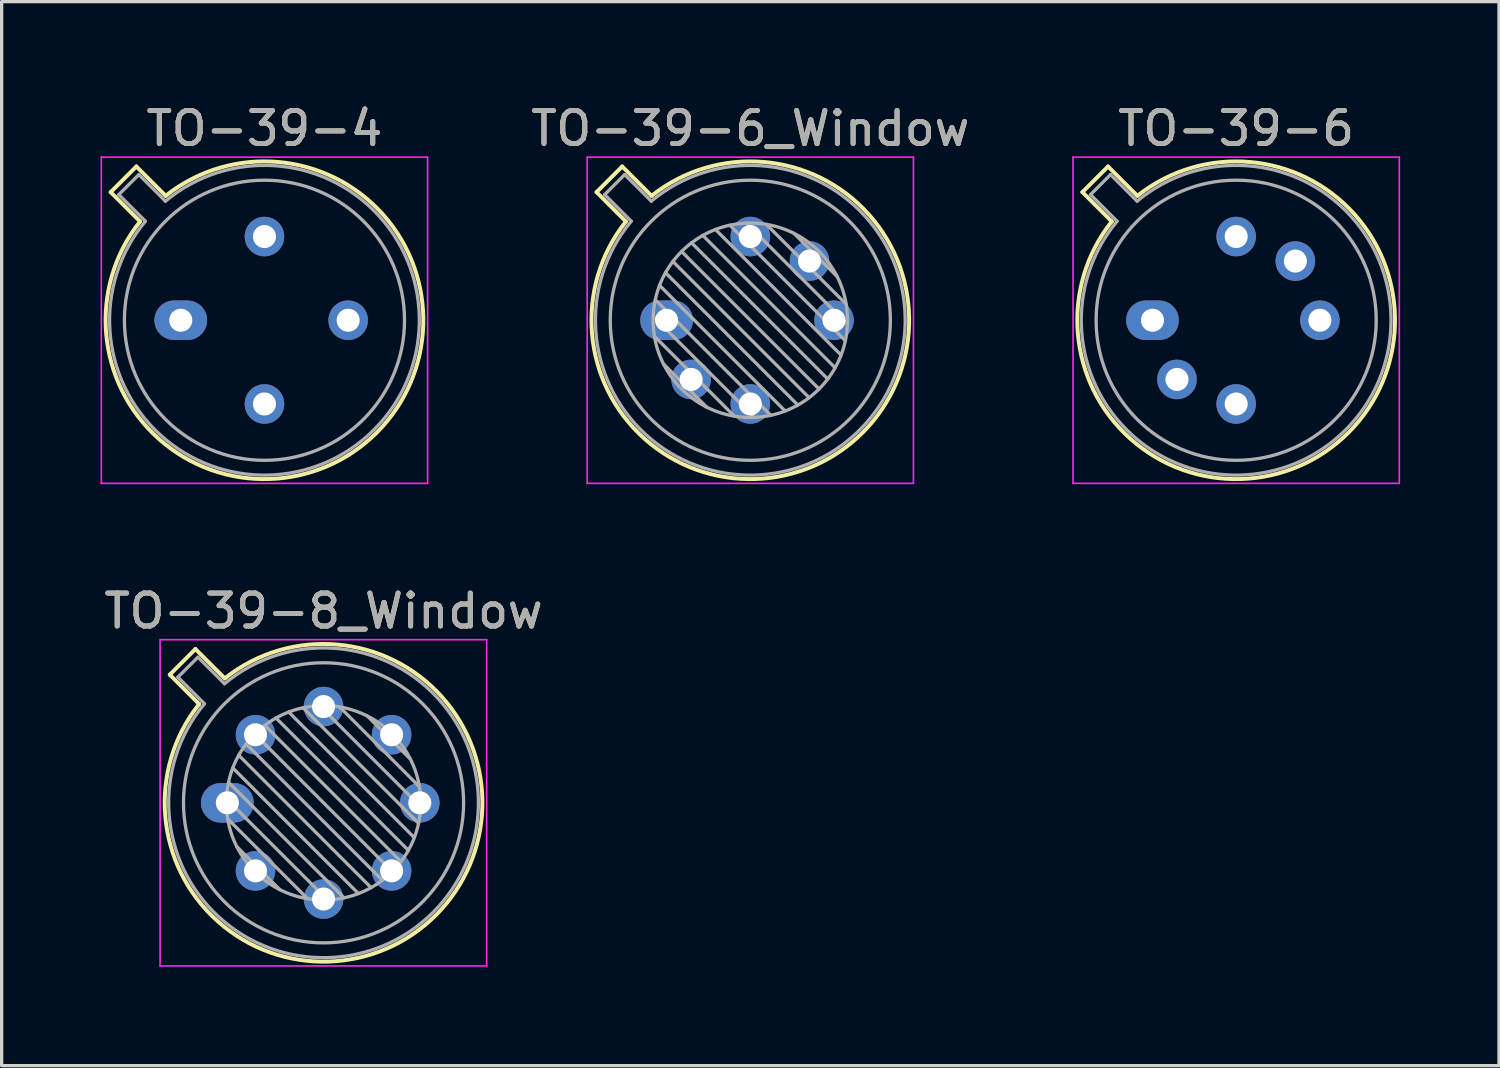
<source format=kicad_pcb>
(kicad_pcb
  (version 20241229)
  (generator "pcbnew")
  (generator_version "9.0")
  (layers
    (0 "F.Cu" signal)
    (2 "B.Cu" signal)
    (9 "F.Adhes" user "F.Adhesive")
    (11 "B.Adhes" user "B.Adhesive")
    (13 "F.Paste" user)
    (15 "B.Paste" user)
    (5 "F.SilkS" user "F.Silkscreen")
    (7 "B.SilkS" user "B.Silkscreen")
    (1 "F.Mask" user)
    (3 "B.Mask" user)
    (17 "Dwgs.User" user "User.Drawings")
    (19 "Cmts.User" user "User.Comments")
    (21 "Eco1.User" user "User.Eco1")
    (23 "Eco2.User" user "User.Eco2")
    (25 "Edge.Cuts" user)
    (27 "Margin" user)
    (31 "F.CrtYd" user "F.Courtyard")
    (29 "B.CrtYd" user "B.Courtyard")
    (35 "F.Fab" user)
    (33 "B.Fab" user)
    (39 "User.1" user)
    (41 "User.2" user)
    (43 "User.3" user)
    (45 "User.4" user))
  (footprint "TO-39-4"
    (layer "F.Cu")
    (at 2.435 6.668)
    (property "Reference" "TO-39-4" (at 2.54 -5.82 0) (layer "F.SilkS") (effects (font (size 1 1) (thickness 0.15))))
    (attr through_hole)
    (fp_line (start -2.126 -3.888) (end -1.235 -2.997) (stroke (width 0.12) (type solid)) (layer "F.SilkS"))
    (fp_line (start -1.348 -4.666) (end -2.126 -3.888) (stroke (width 0.12) (type solid)) (layer "F.SilkS"))
    (fp_line (start -0.457 -3.775) (end -1.348 -4.666) (stroke (width 0.12) (type solid)) (layer "F.SilkS"))
    (fp_arc (start -0.457084 -3.774902) (mid 5.948125 3.408384) (end -1.234674 -2.997371) (stroke (width 0.12) (type solid)) (layer "F.SilkS"))
    (fp_line (start -2.41 -4.95) (end -2.41 4.95) (stroke (width 0.05) (type solid)) (layer "F.CrtYd"))
    (fp_line (start -2.41 4.95) (end 7.49 4.95) (stroke (width 0.05) (type solid)) (layer "F.CrtYd"))
    (fp_line (start 7.49 -4.95) (end -2.41 -4.95) (stroke (width 0.05) (type solid)) (layer "F.CrtYd"))
    (fp_line (start 7.49 4.95) (end 7.49 -4.95) (stroke (width 0.05) (type solid)) (layer "F.CrtYd"))
    (fp_line (start -1.88 -3.812) (end -1.074 -3.005) (stroke (width 0.1) (type solid)) (layer "F.Fab"))
    (fp_line (start -1.272 -4.42) (end -1.88 -3.812) (stroke (width 0.1) (type solid)) (layer "F.Fab"))
    (fp_line (start -0.465 -3.614) (end -1.272 -4.42) (stroke (width 0.1) (type solid)) (layer "F.Fab"))
    (fp_arc (start -0.465408 -3.61352) (mid 5.863443 3.323361) (end -1.073594 -3.005319) (stroke (width 0.1) (type solid)) (layer "F.Fab"))
    (fp_circle (center 2.54 0) (end 6.79 0) (stroke (width 0.1) (type solid)) (fill no) (layer "F.Fab"))
    (fp_text user "${REFERENCE}" (at 2.54 -5.82 0) (layer "F.Fab") (effects (font (size 1 1) (thickness 0.15))))
    (pad "1" thru_hole oval (at 0 0) (size 1.6 1.2) (drill 0.7) (layers "*.Cu" "*.Mask"))
    (pad "2" thru_hole oval (at 2.54 2.54) (size 1.2 1.2) (drill 0.7) (layers "*.Cu" "*.Mask"))
    (pad "3" thru_hole oval (at 5.08 0) (size 1.2 1.2) (drill 0.7) (layers "*.Cu" "*.Mask"))
    (pad "4" thru_hole oval (at 2.54 -2.54) (size 1.2 1.2) (drill 0.7) (layers "*.Cu" "*.Mask")))
  (footprint "TO-39-6"
    (layer "F.Cu")
    (at 31.921 6.668)
    (property "Reference" "TO-39-6" (at 2.54 -5.82 0) (layer "F.SilkS") (effects (font (size 1 1) (thickness 0.15))))
    (attr through_hole)
    (fp_line (start -2.126 -3.888) (end -1.235 -2.997) (stroke (width 0.12) (type solid)) (layer "F.SilkS"))
    (fp_line (start -1.348 -4.666) (end -2.126 -3.888) (stroke (width 0.12) (type solid)) (layer "F.SilkS"))
    (fp_line (start -0.457 -3.775) (end -1.348 -4.666) (stroke (width 0.12) (type solid)) (layer "F.SilkS"))
    (fp_arc (start -0.457084 -3.774902) (mid 5.948125 3.408384) (end -1.234674 -2.997371) (stroke (width 0.12) (type solid)) (layer "F.SilkS"))
    (fp_line (start -2.41 -4.95) (end -2.41 4.95) (stroke (width 0.05) (type solid)) (layer "F.CrtYd"))
    (fp_line (start -2.41 4.95) (end 7.49 4.95) (stroke (width 0.05) (type solid)) (layer "F.CrtYd"))
    (fp_line (start 7.49 -4.95) (end -2.41 -4.95) (stroke (width 0.05) (type solid)) (layer "F.CrtYd"))
    (fp_line (start 7.49 4.95) (end 7.49 -4.95) (stroke (width 0.05) (type solid)) (layer "F.CrtYd"))
    (fp_line (start -1.88 -3.812) (end -1.074 -3.005) (stroke (width 0.1) (type solid)) (layer "F.Fab"))
    (fp_line (start -1.272 -4.42) (end -1.88 -3.812) (stroke (width 0.1) (type solid)) (layer "F.Fab"))
    (fp_line (start -0.465 -3.614) (end -1.272 -4.42) (stroke (width 0.1) (type solid)) (layer "F.Fab"))
    (fp_arc (start -0.465408 -3.61352) (mid 5.863443 3.323361) (end -1.073594 -3.005319) (stroke (width 0.1) (type solid)) (layer "F.Fab"))
    (fp_circle (center 2.54 0) (end 6.79 0) (stroke (width 0.1) (type solid)) (fill no) (layer "F.Fab"))
    (fp_text user "${REFERENCE}" (at 2.54 -5.82 0) (layer "F.Fab") (effects (font (size 1 1) (thickness 0.15))))
    (pad "1" thru_hole oval (at 0 0) (size 1.6 1.2) (drill 0.7) (layers "*.Cu" "*.Mask"))
    (pad "2" thru_hole oval (at 0.744 1.796) (size 1.2 1.2) (drill 0.7) (layers "*.Cu" "*.Mask"))
    (pad "3" thru_hole oval (at 2.54 2.54) (size 1.2 1.2) (drill 0.7) (layers "*.Cu" "*.Mask"))
    (pad "4" thru_hole oval (at 5.08 0) (size 1.2 1.2) (drill 0.7) (layers "*.Cu" "*.Mask"))
    (pad "5" thru_hole oval (at 4.336 -1.796) (size 1.2 1.2) (drill 0.7) (layers "*.Cu" "*.Mask"))
    (pad "6" thru_hole oval (at 2.54 -2.54) (size 1.2 1.2) (drill 0.7) (layers "*.Cu" "*.Mask")))
  (footprint "TO-39-8_Window"
    (layer "F.Cu")
    (at 3.848 21.311)
    (property "Reference" "TO-39-8_Window" (at 2.92 -5.82 0) (layer "F.SilkS") (effects (font (size 1 1) (thickness 0.15))))
    (attr through_hole)
    (fp_line (start -1.746 -3.888) (end -0.855 -2.997) (stroke (width 0.12) (type solid)) (layer "F.SilkS"))
    (fp_line (start -0.968 -4.666) (end -1.746 -3.888) (stroke (width 0.12) (type solid)) (layer "F.SilkS"))
    (fp_line (start -0.077 -3.775) (end -0.968 -4.666) (stroke (width 0.12) (type solid)) (layer "F.SilkS"))
    (fp_arc (start -0.077084 -3.774902) (mid 6.328125 3.408384) (end -0.854674 -2.997371) (stroke (width 0.12) (type solid)) (layer "F.SilkS"))
    (fp_line (start -2.04 -4.95) (end -2.04 4.95) (stroke (width 0.05) (type solid)) (layer "F.CrtYd"))
    (fp_line (start -2.04 4.95) (end 7.87 4.95) (stroke (width 0.05) (type solid)) (layer "F.CrtYd"))
    (fp_line (start 7.87 -4.95) (end -2.04 -4.95) (stroke (width 0.05) (type solid)) (layer "F.CrtYd"))
    (fp_line (start 7.87 4.95) (end 7.87 -4.95) (stroke (width 0.05) (type solid)) (layer "F.CrtYd"))
    (fp_line (start -1.5 -3.812) (end -0.694 -3.005) (stroke (width 0.1) (type solid)) (layer "F.Fab"))
    (fp_line (start -0.892 -4.42) (end -1.5 -3.812) (stroke (width 0.1) (type solid)) (layer "F.Fab"))
    (fp_line (start -0.085 -3.614) (end -0.892 -4.42) (stroke (width 0.1) (type solid)) (layer "F.Fab"))
    (fp_line (start -0.028 -0.12) (end 3.04 2.948) (stroke (width 0.1) (type solid)) (layer "F.Fab"))
    (fp_line (start 0.009 0.485) (end 2.435 2.911) (stroke (width 0.1) (type solid)) (layer "F.Fab"))
    (fp_line (start 0.036 -0.622) (end 3.542 2.884) (stroke (width 0.1) (type solid)) (layer "F.Fab"))
    (fp_line (start 0.165 -1.058) (end 3.978 2.755) (stroke (width 0.1) (type solid)) (layer "F.Fab"))
    (fp_line (start 0.283 1.324) (end 1.596 2.637) (stroke (width 0.1) (type solid)) (layer "F.Fab"))
    (fp_line (start 0.346 -1.443) (end 4.363 2.574) (stroke (width 0.1) (type solid)) (layer "F.Fab"))
    (fp_line (start 0.57 -1.784) (end 4.704 2.35) (stroke (width 0.1) (type solid)) (layer "F.Fab"))
    (fp_line (start 0.834 -2.086) (end 5.006 2.086) (stroke (width 0.1) (type solid)) (layer "F.Fab"))
    (fp_line (start 1.136 -2.35) (end 5.27 1.784) (stroke (width 0.1) (type solid)) (layer "F.Fab"))
    (fp_line (start 1.477 -2.574) (end 5.494 1.443) (stroke (width 0.1) (type solid)) (layer "F.Fab"))
    (fp_line (start 1.862 -2.755) (end 5.675 1.058) (stroke (width 0.1) (type solid)) (layer "F.Fab"))
    (fp_line (start 2.298 -2.884) (end 5.804 0.622) (stroke (width 0.1) (type solid)) (layer "F.Fab"))
    (fp_line (start 2.8 -2.948) (end 5.868 0.12) (stroke (width 0.1) (type solid)) (layer "F.Fab"))
    (fp_line (start 3.405 -2.911) (end 5.831 -0.485) (stroke (width 0.1) (type solid)) (layer "F.Fab"))
    (fp_line (start 4.244 -2.637) (end 5.557 -1.324) (stroke (width 0.1) (type solid)) (layer "F.Fab"))
    (fp_arc (start -0.085408 -3.61352) (mid 6.243443 3.323361) (end -0.693594 -3.005319) (stroke (width 0.1) (type solid)) (layer "F.Fab"))
    (fp_circle (center 2.92 0) (end 5.87 0) (stroke (width 0.1) (type solid)) (fill no) (layer "F.Fab"))
    (fp_circle (center 2.92 0) (end 7.17 0) (stroke (width 0.1) (type solid)) (fill no) (layer "F.Fab"))
    (fp_text user "${REFERENCE}" (at 2.92 -5.82 0) (layer "F.Fab") (effects (font (size 1 1) (thickness 0.15))))
    (pad "1" thru_hole oval (at 0 0) (size 1.6 1.2) (drill 0.7) (layers "*.Cu" "*.Mask"))
    (pad "2" thru_hole oval (at 0.855 2.065) (size 1.2 1.2) (drill 0.7) (layers "*.Cu" "*.Mask"))
    (pad "3" thru_hole oval (at 2.92 2.92) (size 1.2 1.2) (drill 0.7) (layers "*.Cu" "*.Mask"))
    (pad "4" thru_hole oval (at 4.985 2.065) (size 1.2 1.2) (drill 0.7) (layers "*.Cu" "*.Mask"))
    (pad "5" thru_hole oval (at 5.84 0) (size 1.2 1.2) (drill 0.7) (layers "*.Cu" "*.Mask"))
    (pad "6" thru_hole oval (at 4.985 -2.065) (size 1.2 1.2) (drill 0.7) (layers "*.Cu" "*.Mask"))
    (pad "7" thru_hole oval (at 2.92 -2.92) (size 1.2 1.2) (drill 0.7) (layers "*.Cu" "*.Mask"))
    (pad "8" thru_hole oval (at 0.855 -2.065) (size 1.2 1.2) (drill 0.7) (layers "*.Cu" "*.Mask")))
  (footprint "TO-39-6_Window"
    (layer "F.Cu")
    (at 17.178 6.668)
    (property "Reference" "TO-39-6_Window" (at 2.54 -5.82 0) (layer "F.SilkS") (effects (font (size 1 1) (thickness 0.15))))
    (attr through_hole)
    (fp_line (start -2.126 -3.888) (end -1.235 -2.997) (stroke (width 0.12) (type solid)) (layer "F.SilkS"))
    (fp_line (start -1.348 -4.666) (end -2.126 -3.888) (stroke (width 0.12) (type solid)) (layer "F.SilkS"))
    (fp_line (start -0.457 -3.775) (end -1.348 -4.666) (stroke (width 0.12) (type solid)) (layer "F.SilkS"))
    (fp_arc (start -0.457084 -3.774902) (mid 5.948125 3.408384) (end -1.234674 -2.997371) (stroke (width 0.12) (type solid)) (layer "F.SilkS"))
    (fp_line (start -2.41 -4.95) (end -2.41 4.95) (stroke (width 0.05) (type solid)) (layer "F.CrtYd"))
    (fp_line (start -2.41 4.95) (end 7.49 4.95) (stroke (width 0.05) (type solid)) (layer "F.CrtYd"))
    (fp_line (start 7.49 -4.95) (end -2.41 -4.95) (stroke (width 0.05) (type solid)) (layer "F.CrtYd"))
    (fp_line (start 7.49 4.95) (end 7.49 -4.95) (stroke (width 0.05) (type solid)) (layer "F.CrtYd"))
    (fp_line (start -1.88 -3.812) (end -1.074 -3.005) (stroke (width 0.1) (type solid)) (layer "F.Fab"))
    (fp_line (start -1.272 -4.42) (end -1.88 -3.812) (stroke (width 0.1) (type solid)) (layer "F.Fab"))
    (fp_line (start -0.465 -3.614) (end -1.272 -4.42) (stroke (width 0.1) (type solid)) (layer "F.Fab"))
    (fp_line (start -0.408 -0.12) (end 2.66 2.948) (stroke (width 0.1) (type solid)) (layer "F.Fab"))
    (fp_line (start -0.371 0.485) (end 2.055 2.911) (stroke (width 0.1) (type solid)) (layer "F.Fab"))
    (fp_line (start -0.344 -0.622) (end 3.162 2.884) (stroke (width 0.1) (type solid)) (layer "F.Fab"))
    (fp_line (start -0.215 -1.058) (end 3.598 2.755) (stroke (width 0.1) (type solid)) (layer "F.Fab"))
    (fp_line (start -0.097 1.324) (end 1.216 2.637) (stroke (width 0.1) (type solid)) (layer "F.Fab"))
    (fp_line (start -0.034 -1.443) (end 3.983 2.574) (stroke (width 0.1) (type solid)) (layer "F.Fab"))
    (fp_line (start 0.19 -1.784) (end 4.324 2.35) (stroke (width 0.1) (type solid)) (layer "F.Fab"))
    (fp_line (start 0.454 -2.086) (end 4.626 2.086) (stroke (width 0.1) (type solid)) (layer "F.Fab"))
    (fp_line (start 0.756 -2.35) (end 4.89 1.784) (stroke (width 0.1) (type solid)) (layer "F.Fab"))
    (fp_line (start 1.097 -2.574) (end 5.114 1.443) (stroke (width 0.1) (type solid)) (layer "F.Fab"))
    (fp_line (start 1.482 -2.755) (end 5.295 1.058) (stroke (width 0.1) (type solid)) (layer "F.Fab"))
    (fp_line (start 1.918 -2.884) (end 5.424 0.622) (stroke (width 0.1) (type solid)) (layer "F.Fab"))
    (fp_line (start 2.42 -2.948) (end 5.488 0.12) (stroke (width 0.1) (type solid)) (layer "F.Fab"))
    (fp_line (start 3.025 -2.911) (end 5.451 -0.485) (stroke (width 0.1) (type solid)) (layer "F.Fab"))
    (fp_line (start 3.864 -2.637) (end 5.177 -1.324) (stroke (width 0.1) (type solid)) (layer "F.Fab"))
    (fp_arc (start -0.465408 -3.61352) (mid 5.863443 3.323361) (end -1.073594 -3.005319) (stroke (width 0.1) (type solid)) (layer "F.Fab"))
    (fp_circle (center 2.54 0) (end 5.49 0) (stroke (width 0.1) (type solid)) (fill no) (layer "F.Fab"))
    (fp_circle (center 2.54 0) (end 6.79 0) (stroke (width 0.1) (type solid)) (fill no) (layer "F.Fab"))
    (fp_text user "${REFERENCE}" (at 2.54 -5.82 0) (layer "F.Fab") (effects (font (size 1 1) (thickness 0.15))))
    (pad "1" thru_hole oval (at 0 0) (size 1.6 1.2) (drill 0.7) (layers "*.Cu" "*.Mask"))
    (pad "2" thru_hole oval (at 0.744 1.796) (size 1.2 1.2) (drill 0.7) (layers "*.Cu" "*.Mask"))
    (pad "3" thru_hole oval (at 2.54 2.54) (size 1.2 1.2) (drill 0.7) (layers "*.Cu" "*.Mask"))
    (pad "4" thru_hole oval (at 5.08 0) (size 1.2 1.2) (drill 0.7) (layers "*.Cu" "*.Mask"))
    (pad "5" thru_hole oval (at 4.336 -1.796) (size 1.2 1.2) (drill 0.7) (layers "*.Cu" "*.Mask"))
    (pad "6" thru_hole oval (at 2.54 -2.54) (size 1.2 1.2) (drill 0.7) (layers "*.Cu" "*.Mask")))
  (gr_rect
    (start -3 -3)
    (end 42.436 29.287)
    (stroke (width 0.1) (type default))
    (fill no)
    (layer "Edge.Cuts")))
</source>
